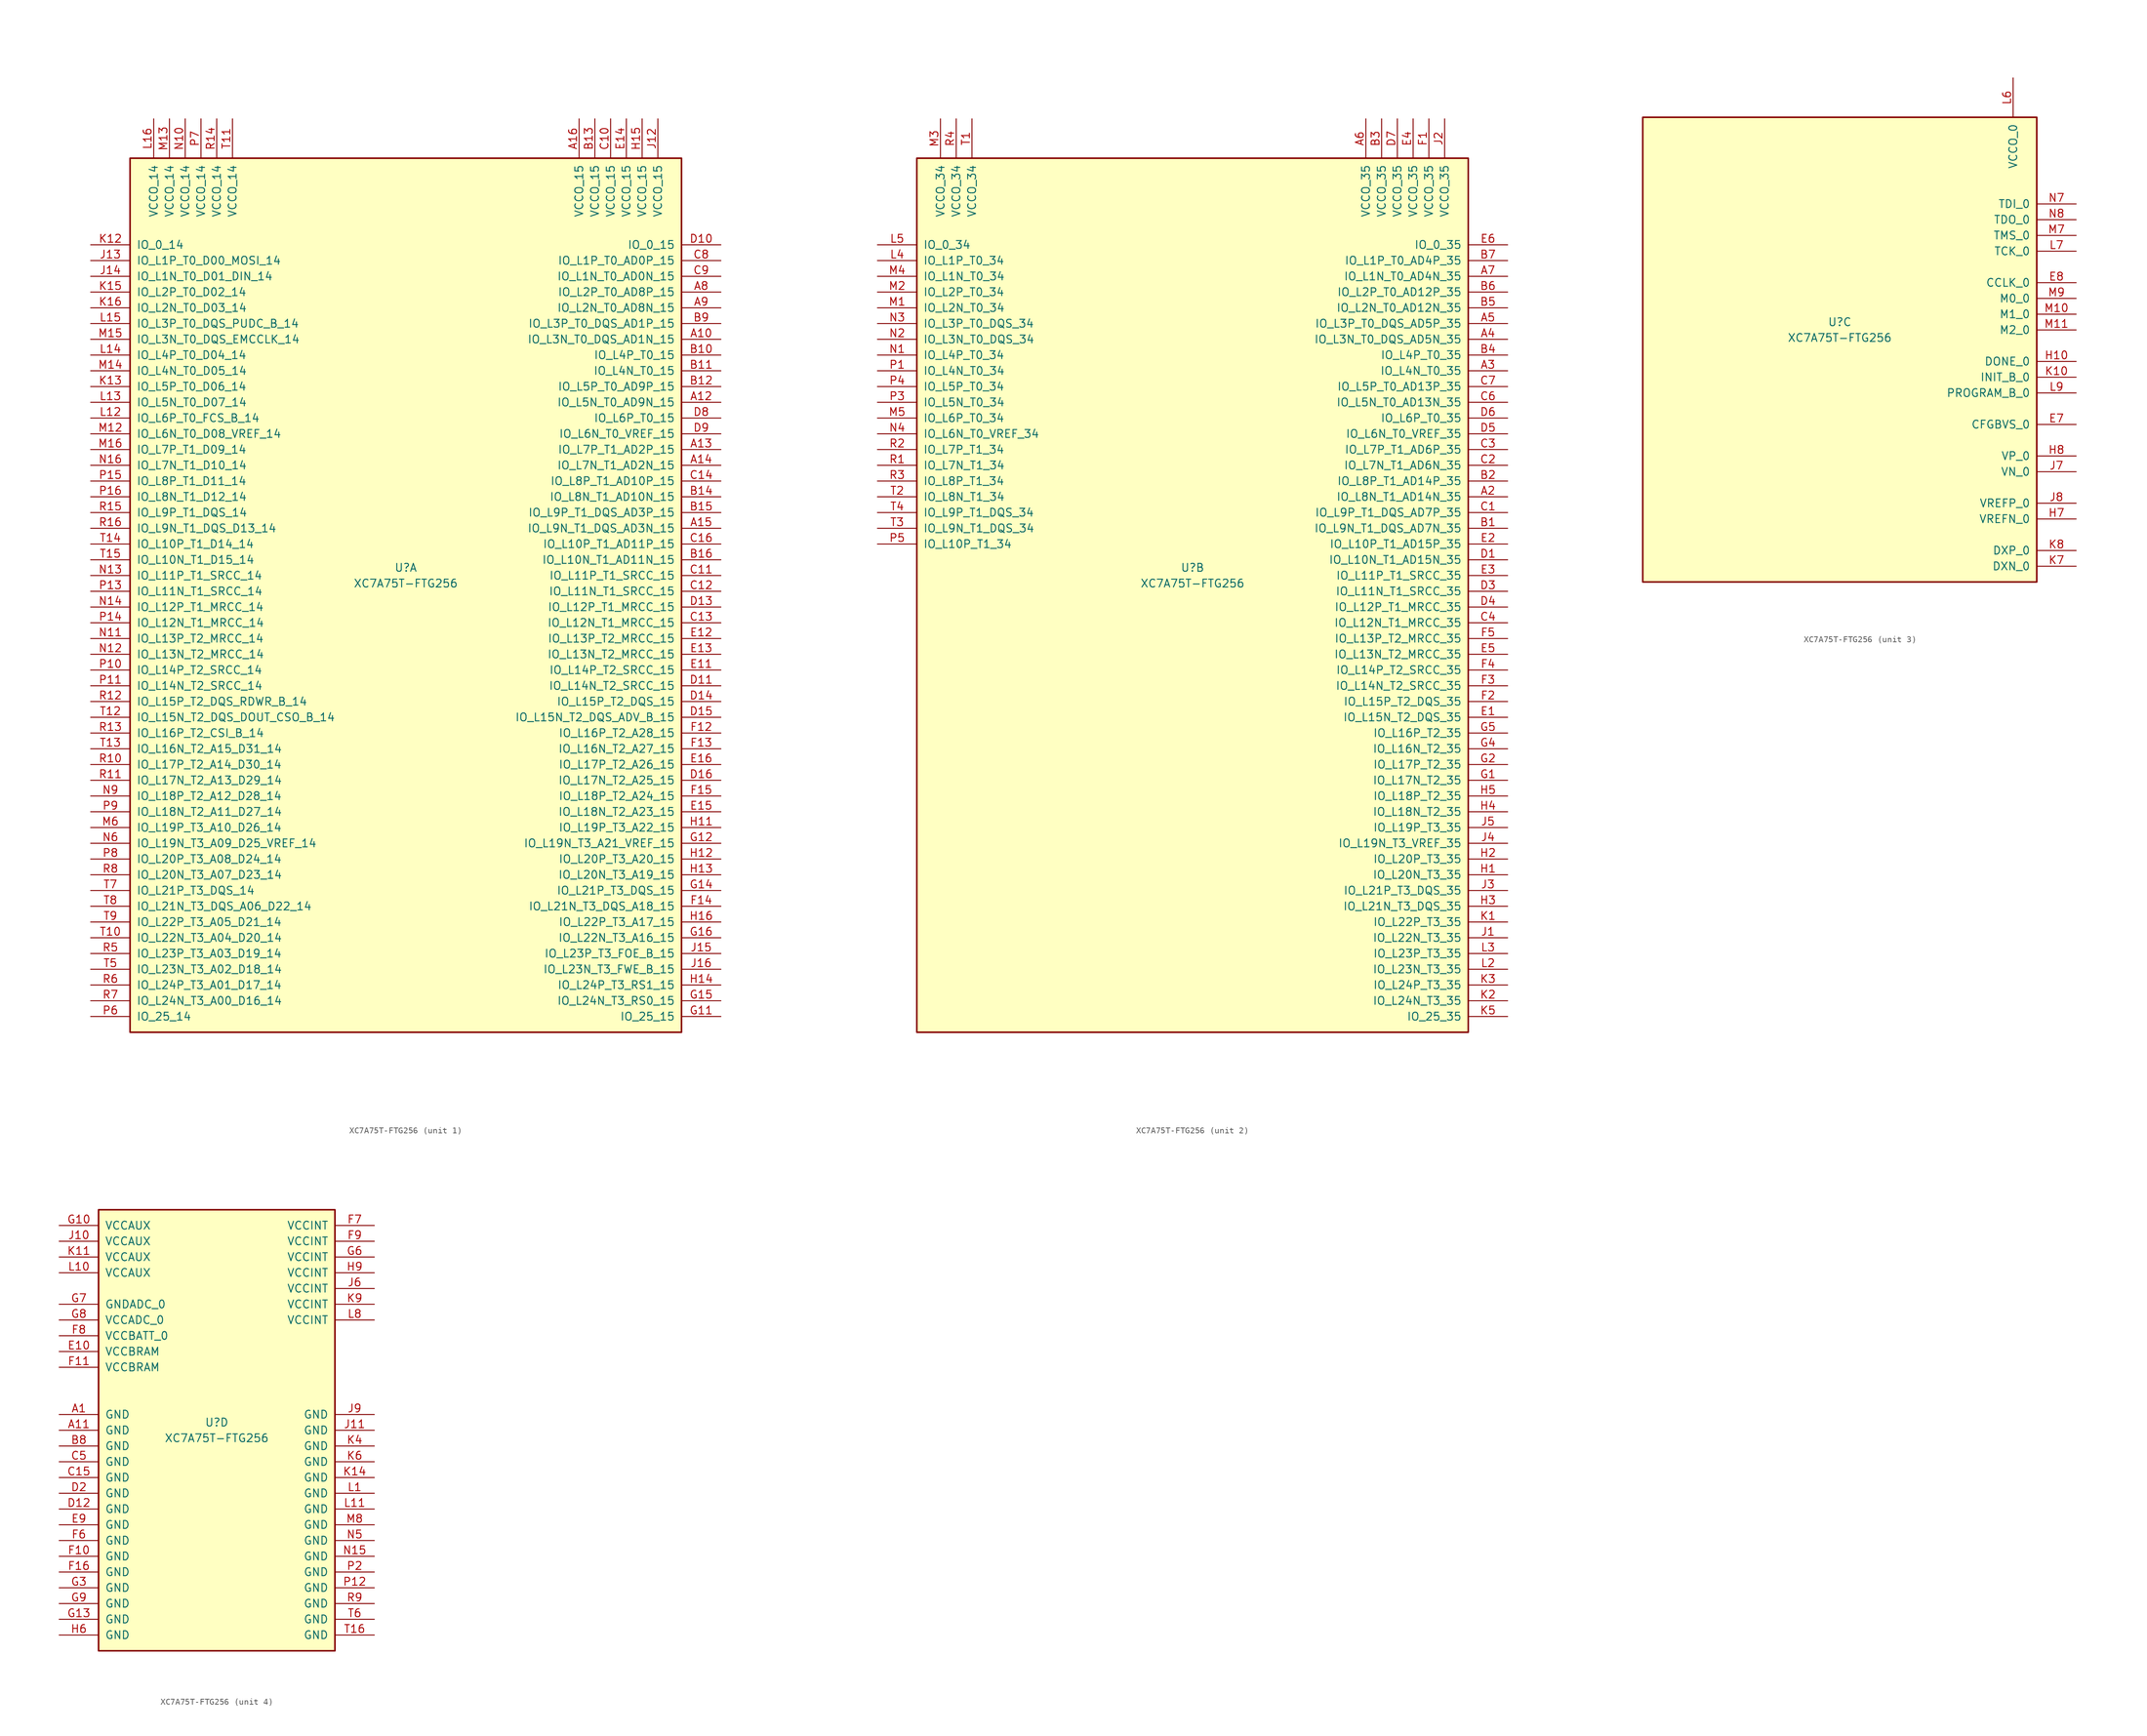
<source format=kicad_sym>
(kicad_symbol_lib
  (version 20231120)
  (generator "kicad_symbol_editor")
  (generator_version "8.0")
  (symbol "XC7A75T-FTG256"
    (pin_names
      (offset 1.016))
    (property "Reference" "U"
      (at 0 1.27 0)
      (effects (font (size 1.27 1.27))))
    (property "Value" "XC7A75T-FTG256"
      (at 0 -1.27 0)
      (effects (font (size 1.27 1.27))))
    (property "Datasheet" ""
      (at 0 0 0)
      (effects (font (size 1.27 1.27))))
    (property "ki_locked" ""
      (at 0 0 0)
      (effects (font (size 1.27 1.27))))
    (symbol "XC7A75T-FTG256_1_1"
      (rectangle (start -44.45 67.31) (end 44.45 -73.66) (stroke (width 0.254) (type default)) (fill (type background)))
      (pin bidirectional line (at 50.8 38.1 180) (length 6.35) (name "IO_L3N_T0_DQS_AD1N_15" (effects (font (size 1.27 1.27)))) (number "A10" (effects (font (size 1.27 1.27)))))
      (pin bidirectional line (at 50.8 27.94 180) (length 6.35) (name "IO_L5N_T0_AD9N_15" (effects (font (size 1.27 1.27)))) (number "A12" (effects (font (size 1.27 1.27)))))
      (pin bidirectional line (at 50.8 20.32 180) (length 6.35) (name "IO_L7P_T1_AD2P_15" (effects (font (size 1.27 1.27)))) (number "A13" (effects (font (size 1.27 1.27)))))
      (pin bidirectional line (at 50.8 17.78 180) (length 6.35) (name "IO_L7N_T1_AD2N_15" (effects (font (size 1.27 1.27)))) (number "A14" (effects (font (size 1.27 1.27)))))
      (pin bidirectional line (at 50.8 7.62 180) (length 6.35) (name "IO_L9N_T1_DQS_AD3N_15" (effects (font (size 1.27 1.27)))) (number "A15" (effects (font (size 1.27 1.27)))))
      (pin power_in line (at 27.94 73.66 270) (length 6.35) (name "VCCO_15" (effects (font (size 1.27 1.27)))) (number "A16" (effects (font (size 1.27 1.27)))))
      (pin bidirectional line (at 50.8 45.72 180) (length 6.35) (name "IO_L2P_T0_AD8P_15" (effects (font (size 1.27 1.27)))) (number "A8" (effects (font (size 1.27 1.27)))))
      (pin bidirectional line (at 50.8 43.18 180) (length 6.35) (name "IO_L2N_T0_AD8N_15" (effects (font (size 1.27 1.27)))) (number "A9" (effects (font (size 1.27 1.27)))))
      (pin bidirectional line (at 50.8 35.56 180) (length 6.35) (name "IO_L4P_T0_15" (effects (font (size 1.27 1.27)))) (number "B10" (effects (font (size 1.27 1.27)))))
      (pin bidirectional line (at 50.8 33.02 180) (length 6.35) (name "IO_L4N_T0_15" (effects (font (size 1.27 1.27)))) (number "B11" (effects (font (size 1.27 1.27)))))
      (pin bidirectional line (at 50.8 30.48 180) (length 6.35) (name "IO_L5P_T0_AD9P_15" (effects (font (size 1.27 1.27)))) (number "B12" (effects (font (size 1.27 1.27)))))
      (pin power_in line (at 30.48 73.66 270) (length 6.35) (name "VCCO_15" (effects (font (size 1.27 1.27)))) (number "B13" (effects (font (size 1.27 1.27)))))
      (pin bidirectional line (at 50.8 12.7 180) (length 6.35) (name "IO_L8N_T1_AD10N_15" (effects (font (size 1.27 1.27)))) (number "B14" (effects (font (size 1.27 1.27)))))
      (pin bidirectional line (at 50.8 10.16 180) (length 6.35) (name "IO_L9P_T1_DQS_AD3P_15" (effects (font (size 1.27 1.27)))) (number "B15" (effects (font (size 1.27 1.27)))))
      (pin bidirectional line (at 50.8 2.54 180) (length 6.35) (name "IO_L10N_T1_AD11N_15" (effects (font (size 1.27 1.27)))) (number "B16" (effects (font (size 1.27 1.27)))))
      (pin bidirectional line (at 50.8 40.64 180) (length 6.35) (name "IO_L3P_T0_DQS_AD1P_15" (effects (font (size 1.27 1.27)))) (number "B9" (effects (font (size 1.27 1.27)))))
      (pin power_in line (at 33.02 73.66 270) (length 6.35) (name "VCCO_15" (effects (font (size 1.27 1.27)))) (number "C10" (effects (font (size 1.27 1.27)))))
      (pin bidirectional line (at 50.8 0 180) (length 6.35) (name "IO_L11P_T1_SRCC_15" (effects (font (size 1.27 1.27)))) (number "C11" (effects (font (size 1.27 1.27)))))
      (pin bidirectional line (at 50.8 -2.54 180) (length 6.35) (name "IO_L11N_T1_SRCC_15" (effects (font (size 1.27 1.27)))) (number "C12" (effects (font (size 1.27 1.27)))))
      (pin bidirectional line (at 50.8 -7.62 180) (length 6.35) (name "IO_L12N_T1_MRCC_15" (effects (font (size 1.27 1.27)))) (number "C13" (effects (font (size 1.27 1.27)))))
      (pin bidirectional line (at 50.8 15.24 180) (length 6.35) (name "IO_L8P_T1_AD10P_15" (effects (font (size 1.27 1.27)))) (number "C14" (effects (font (size 1.27 1.27)))))
      (pin bidirectional line (at 50.8 5.08 180) (length 6.35) (name "IO_L10P_T1_AD11P_15" (effects (font (size 1.27 1.27)))) (number "C16" (effects (font (size 1.27 1.27)))))
      (pin bidirectional line (at 50.8 50.8 180) (length 6.35) (name "IO_L1P_T0_AD0P_15" (effects (font (size 1.27 1.27)))) (number "C8" (effects (font (size 1.27 1.27)))))
      (pin bidirectional line (at 50.8 48.26 180) (length 6.35) (name "IO_L1N_T0_AD0N_15" (effects (font (size 1.27 1.27)))) (number "C9" (effects (font (size 1.27 1.27)))))
      (pin bidirectional line (at 50.8 53.34 180) (length 6.35) (name "IO_0_15" (effects (font (size 1.27 1.27)))) (number "D10" (effects (font (size 1.27 1.27)))))
      (pin bidirectional line (at 50.8 -17.78 180) (length 6.35) (name "IO_L14N_T2_SRCC_15" (effects (font (size 1.27 1.27)))) (number "D11" (effects (font (size 1.27 1.27)))))
      (pin bidirectional line (at 50.8 -5.08 180) (length 6.35) (name "IO_L12P_T1_MRCC_15" (effects (font (size 1.27 1.27)))) (number "D13" (effects (font (size 1.27 1.27)))))
      (pin bidirectional line (at 50.8 -20.32 180) (length 6.35) (name "IO_L15P_T2_DQS_15" (effects (font (size 1.27 1.27)))) (number "D14" (effects (font (size 1.27 1.27)))))
      (pin bidirectional line (at 50.8 -22.86 180) (length 6.35) (name "IO_L15N_T2_DQS_ADV_B_15" (effects (font (size 1.27 1.27)))) (number "D15" (effects (font (size 1.27 1.27)))))
      (pin bidirectional line (at 50.8 -33.02 180) (length 6.35) (name "IO_L17N_T2_A25_15" (effects (font (size 1.27 1.27)))) (number "D16" (effects (font (size 1.27 1.27)))))
      (pin bidirectional line (at 50.8 25.4 180) (length 6.35) (name "IO_L6P_T0_15" (effects (font (size 1.27 1.27)))) (number "D8" (effects (font (size 1.27 1.27)))))
      (pin bidirectional line (at 50.8 22.86 180) (length 6.35) (name "IO_L6N_T0_VREF_15" (effects (font (size 1.27 1.27)))) (number "D9" (effects (font (size 1.27 1.27)))))
      (pin bidirectional line (at 50.8 -15.24 180) (length 6.35) (name "IO_L14P_T2_SRCC_15" (effects (font (size 1.27 1.27)))) (number "E11" (effects (font (size 1.27 1.27)))))
      (pin bidirectional line (at 50.8 -10.16 180) (length 6.35) (name "IO_L13P_T2_MRCC_15" (effects (font (size 1.27 1.27)))) (number "E12" (effects (font (size 1.27 1.27)))))
      (pin bidirectional line (at 50.8 -12.7 180) (length 6.35) (name "IO_L13N_T2_MRCC_15" (effects (font (size 1.27 1.27)))) (number "E13" (effects (font (size 1.27 1.27)))))
      (pin power_in line (at 35.56 73.66 270) (length 6.35) (name "VCCO_15" (effects (font (size 1.27 1.27)))) (number "E14" (effects (font (size 1.27 1.27)))))
      (pin bidirectional line (at 50.8 -38.1 180) (length 6.35) (name "IO_L18N_T2_A23_15" (effects (font (size 1.27 1.27)))) (number "E15" (effects (font (size 1.27 1.27)))))
      (pin bidirectional line (at 50.8 -30.48 180) (length 6.35) (name "IO_L17P_T2_A26_15" (effects (font (size 1.27 1.27)))) (number "E16" (effects (font (size 1.27 1.27)))))
      (pin bidirectional line (at 50.8 -25.4 180) (length 6.35) (name "IO_L16P_T2_A28_15" (effects (font (size 1.27 1.27)))) (number "F12" (effects (font (size 1.27 1.27)))))
      (pin bidirectional line (at 50.8 -27.94 180) (length 6.35) (name "IO_L16N_T2_A27_15" (effects (font (size 1.27 1.27)))) (number "F13" (effects (font (size 1.27 1.27)))))
      (pin bidirectional line (at 50.8 -53.34 180) (length 6.35) (name "IO_L21N_T3_DQS_A18_15" (effects (font (size 1.27 1.27)))) (number "F14" (effects (font (size 1.27 1.27)))))
      (pin bidirectional line (at 50.8 -35.56 180) (length 6.35) (name "IO_L18P_T2_A24_15" (effects (font (size 1.27 1.27)))) (number "F15" (effects (font (size 1.27 1.27)))))
      (pin bidirectional line (at 50.8 -71.12 180) (length 6.35) (name "IO_25_15" (effects (font (size 1.27 1.27)))) (number "G11" (effects (font (size 1.27 1.27)))))
      (pin bidirectional line (at 50.8 -43.18 180) (length 6.35) (name "IO_L19N_T3_A21_VREF_15" (effects (font (size 1.27 1.27)))) (number "G12" (effects (font (size 1.27 1.27)))))
      (pin bidirectional line (at 50.8 -50.8 180) (length 6.35) (name "IO_L21P_T3_DQS_15" (effects (font (size 1.27 1.27)))) (number "G14" (effects (font (size 1.27 1.27)))))
      (pin bidirectional line (at 50.8 -68.58 180) (length 6.35) (name "IO_L24N_T3_RS0_15" (effects (font (size 1.27 1.27)))) (number "G15" (effects (font (size 1.27 1.27)))))
      (pin bidirectional line (at 50.8 -58.42 180) (length 6.35) (name "IO_L22N_T3_A16_15" (effects (font (size 1.27 1.27)))) (number "G16" (effects (font (size 1.27 1.27)))))
      (pin bidirectional line (at 50.8 -40.64 180) (length 6.35) (name "IO_L19P_T3_A22_15" (effects (font (size 1.27 1.27)))) (number "H11" (effects (font (size 1.27 1.27)))))
      (pin bidirectional line (at 50.8 -45.72 180) (length 6.35) (name "IO_L20P_T3_A20_15" (effects (font (size 1.27 1.27)))) (number "H12" (effects (font (size 1.27 1.27)))))
      (pin bidirectional line (at 50.8 -48.26 180) (length 6.35) (name "IO_L20N_T3_A19_15" (effects (font (size 1.27 1.27)))) (number "H13" (effects (font (size 1.27 1.27)))))
      (pin bidirectional line (at 50.8 -66.04 180) (length 6.35) (name "IO_L24P_T3_RS1_15" (effects (font (size 1.27 1.27)))) (number "H14" (effects (font (size 1.27 1.27)))))
      (pin power_in line (at 38.1 73.66 270) (length 6.35) (name "VCCO_15" (effects (font (size 1.27 1.27)))) (number "H15" (effects (font (size 1.27 1.27)))))
      (pin bidirectional line (at 50.8 -55.88 180) (length 6.35) (name "IO_L22P_T3_A17_15" (effects (font (size 1.27 1.27)))) (number "H16" (effects (font (size 1.27 1.27)))))
      (pin power_in line (at 40.64 73.66 270) (length 6.35) (name "VCCO_15" (effects (font (size 1.27 1.27)))) (number "J12" (effects (font (size 1.27 1.27)))))
      (pin bidirectional line (at -50.8 50.8 0) (length 6.35) (name "IO_L1P_T0_D00_MOSI_14" (effects (font (size 1.27 1.27)))) (number "J13" (effects (font (size 1.27 1.27)))))
      (pin bidirectional line (at -50.8 48.26 0) (length 6.35) (name "IO_L1N_T0_D01_DIN_14" (effects (font (size 1.27 1.27)))) (number "J14" (effects (font (size 1.27 1.27)))))
      (pin bidirectional line (at 50.8 -60.96 180) (length 6.35) (name "IO_L23P_T3_FOE_B_15" (effects (font (size 1.27 1.27)))) (number "J15" (effects (font (size 1.27 1.27)))))
      (pin bidirectional line (at 50.8 -63.5 180) (length 6.35) (name "IO_L23N_T3_FWE_B_15" (effects (font (size 1.27 1.27)))) (number "J16" (effects (font (size 1.27 1.27)))))
      (pin bidirectional line (at -50.8 53.34 0) (length 6.35) (name "IO_0_14" (effects (font (size 1.27 1.27)))) (number "K12" (effects (font (size 1.27 1.27)))))
      (pin bidirectional line (at -50.8 30.48 0) (length 6.35) (name "IO_L5P_T0_D06_14" (effects (font (size 1.27 1.27)))) (number "K13" (effects (font (size 1.27 1.27)))))
      (pin bidirectional line (at -50.8 45.72 0) (length 6.35) (name "IO_L2P_T0_D02_14" (effects (font (size 1.27 1.27)))) (number "K15" (effects (font (size 1.27 1.27)))))
      (pin bidirectional line (at -50.8 43.18 0) (length 6.35) (name "IO_L2N_T0_D03_14" (effects (font (size 1.27 1.27)))) (number "K16" (effects (font (size 1.27 1.27)))))
      (pin bidirectional line (at -50.8 25.4 0) (length 6.35) (name "IO_L6P_T0_FCS_B_14" (effects (font (size 1.27 1.27)))) (number "L12" (effects (font (size 1.27 1.27)))))
      (pin bidirectional line (at -50.8 27.94 0) (length 6.35) (name "IO_L5N_T0_D07_14" (effects (font (size 1.27 1.27)))) (number "L13" (effects (font (size 1.27 1.27)))))
      (pin bidirectional line (at -50.8 35.56 0) (length 6.35) (name "IO_L4P_T0_D04_14" (effects (font (size 1.27 1.27)))) (number "L14" (effects (font (size 1.27 1.27)))))
      (pin bidirectional line (at -50.8 40.64 0) (length 6.35) (name "IO_L3P_T0_DQS_PUDC_B_14" (effects (font (size 1.27 1.27)))) (number "L15" (effects (font (size 1.27 1.27)))))
      (pin power_in line (at -40.64 73.66 270) (length 6.35) (name "VCCO_14" (effects (font (size 1.27 1.27)))) (number "L16" (effects (font (size 1.27 1.27)))))
      (pin bidirectional line (at -50.8 22.86 0) (length 6.35) (name "IO_L6N_T0_D08_VREF_14" (effects (font (size 1.27 1.27)))) (number "M12" (effects (font (size 1.27 1.27)))))
      (pin power_in line (at -38.1 73.66 270) (length 6.35) (name "VCCO_14" (effects (font (size 1.27 1.27)))) (number "M13" (effects (font (size 1.27 1.27)))))
      (pin bidirectional line (at -50.8 33.02 0) (length 6.35) (name "IO_L4N_T0_D05_14" (effects (font (size 1.27 1.27)))) (number "M14" (effects (font (size 1.27 1.27)))))
      (pin bidirectional line (at -50.8 38.1 0) (length 6.35) (name "IO_L3N_T0_DQS_EMCCLK_14" (effects (font (size 1.27 1.27)))) (number "M15" (effects (font (size 1.27 1.27)))))
      (pin bidirectional line (at -50.8 20.32 0) (length 6.35) (name "IO_L7P_T1_D09_14" (effects (font (size 1.27 1.27)))) (number "M16" (effects (font (size 1.27 1.27)))))
      (pin bidirectional line (at -50.8 -40.64 0) (length 6.35) (name "IO_L19P_T3_A10_D26_14" (effects (font (size 1.27 1.27)))) (number "M6" (effects (font (size 1.27 1.27)))))
      (pin power_in line (at -35.56 73.66 270) (length 6.35) (name "VCCO_14" (effects (font (size 1.27 1.27)))) (number "N10" (effects (font (size 1.27 1.27)))))
      (pin bidirectional line (at -50.8 -10.16 0) (length 6.35) (name "IO_L13P_T2_MRCC_14" (effects (font (size 1.27 1.27)))) (number "N11" (effects (font (size 1.27 1.27)))))
      (pin bidirectional line (at -50.8 -12.7 0) (length 6.35) (name "IO_L13N_T2_MRCC_14" (effects (font (size 1.27 1.27)))) (number "N12" (effects (font (size 1.27 1.27)))))
      (pin bidirectional line (at -50.8 0 0) (length 6.35) (name "IO_L11P_T1_SRCC_14" (effects (font (size 1.27 1.27)))) (number "N13" (effects (font (size 1.27 1.27)))))
      (pin bidirectional line (at -50.8 -5.08 0) (length 6.35) (name "IO_L12P_T1_MRCC_14" (effects (font (size 1.27 1.27)))) (number "N14" (effects (font (size 1.27 1.27)))))
      (pin bidirectional line (at -50.8 17.78 0) (length 6.35) (name "IO_L7N_T1_D10_14" (effects (font (size 1.27 1.27)))) (number "N16" (effects (font (size 1.27 1.27)))))
      (pin bidirectional line (at -50.8 -43.18 0) (length 6.35) (name "IO_L19N_T3_A09_D25_VREF_14" (effects (font (size 1.27 1.27)))) (number "N6" (effects (font (size 1.27 1.27)))))
      (pin bidirectional line (at -50.8 -35.56 0) (length 6.35) (name "IO_L18P_T2_A12_D28_14" (effects (font (size 1.27 1.27)))) (number "N9" (effects (font (size 1.27 1.27)))))
      (pin bidirectional line (at -50.8 -15.24 0) (length 6.35) (name "IO_L14P_T2_SRCC_14" (effects (font (size 1.27 1.27)))) (number "P10" (effects (font (size 1.27 1.27)))))
      (pin bidirectional line (at -50.8 -17.78 0) (length 6.35) (name "IO_L14N_T2_SRCC_14" (effects (font (size 1.27 1.27)))) (number "P11" (effects (font (size 1.27 1.27)))))
      (pin bidirectional line (at -50.8 -2.54 0) (length 6.35) (name "IO_L11N_T1_SRCC_14" (effects (font (size 1.27 1.27)))) (number "P13" (effects (font (size 1.27 1.27)))))
      (pin bidirectional line (at -50.8 -7.62 0) (length 6.35) (name "IO_L12N_T1_MRCC_14" (effects (font (size 1.27 1.27)))) (number "P14" (effects (font (size 1.27 1.27)))))
      (pin bidirectional line (at -50.8 15.24 0) (length 6.35) (name "IO_L8P_T1_D11_14" (effects (font (size 1.27 1.27)))) (number "P15" (effects (font (size 1.27 1.27)))))
      (pin bidirectional line (at -50.8 12.7 0) (length 6.35) (name "IO_L8N_T1_D12_14" (effects (font (size 1.27 1.27)))) (number "P16" (effects (font (size 1.27 1.27)))))
      (pin bidirectional line (at -50.8 -71.12 0) (length 6.35) (name "IO_25_14" (effects (font (size 1.27 1.27)))) (number "P6" (effects (font (size 1.27 1.27)))))
      (pin power_in line (at -33.02 73.66 270) (length 6.35) (name "VCCO_14" (effects (font (size 1.27 1.27)))) (number "P7" (effects (font (size 1.27 1.27)))))
      (pin bidirectional line (at -50.8 -45.72 0) (length 6.35) (name "IO_L20P_T3_A08_D24_14" (effects (font (size 1.27 1.27)))) (number "P8" (effects (font (size 1.27 1.27)))))
      (pin bidirectional line (at -50.8 -38.1 0) (length 6.35) (name "IO_L18N_T2_A11_D27_14" (effects (font (size 1.27 1.27)))) (number "P9" (effects (font (size 1.27 1.27)))))
      (pin bidirectional line (at -50.8 -30.48 0) (length 6.35) (name "IO_L17P_T2_A14_D30_14" (effects (font (size 1.27 1.27)))) (number "R10" (effects (font (size 1.27 1.27)))))
      (pin bidirectional line (at -50.8 -33.02 0) (length 6.35) (name "IO_L17N_T2_A13_D29_14" (effects (font (size 1.27 1.27)))) (number "R11" (effects (font (size 1.27 1.27)))))
      (pin bidirectional line (at -50.8 -20.32 0) (length 6.35) (name "IO_L15P_T2_DQS_RDWR_B_14" (effects (font (size 1.27 1.27)))) (number "R12" (effects (font (size 1.27 1.27)))))
      (pin bidirectional line (at -50.8 -25.4 0) (length 6.35) (name "IO_L16P_T2_CSI_B_14" (effects (font (size 1.27 1.27)))) (number "R13" (effects (font (size 1.27 1.27)))))
      (pin power_in line (at -30.48 73.66 270) (length 6.35) (name "VCCO_14" (effects (font (size 1.27 1.27)))) (number "R14" (effects (font (size 1.27 1.27)))))
      (pin bidirectional line (at -50.8 10.16 0) (length 6.35) (name "IO_L9P_T1_DQS_14" (effects (font (size 1.27 1.27)))) (number "R15" (effects (font (size 1.27 1.27)))))
      (pin bidirectional line (at -50.8 7.62 0) (length 6.35) (name "IO_L9N_T1_DQS_D13_14" (effects (font (size 1.27 1.27)))) (number "R16" (effects (font (size 1.27 1.27)))))
      (pin bidirectional line (at -50.8 -60.96 0) (length 6.35) (name "IO_L23P_T3_A03_D19_14" (effects (font (size 1.27 1.27)))) (number "R5" (effects (font (size 1.27 1.27)))))
      (pin bidirectional line (at -50.8 -66.04 0) (length 6.35) (name "IO_L24P_T3_A01_D17_14" (effects (font (size 1.27 1.27)))) (number "R6" (effects (font (size 1.27 1.27)))))
      (pin bidirectional line (at -50.8 -68.58 0) (length 6.35) (name "IO_L24N_T3_A00_D16_14" (effects (font (size 1.27 1.27)))) (number "R7" (effects (font (size 1.27 1.27)))))
      (pin bidirectional line (at -50.8 -48.26 0) (length 6.35) (name "IO_L20N_T3_A07_D23_14" (effects (font (size 1.27 1.27)))) (number "R8" (effects (font (size 1.27 1.27)))))
      (pin bidirectional line (at -50.8 -58.42 0) (length 6.35) (name "IO_L22N_T3_A04_D20_14" (effects (font (size 1.27 1.27)))) (number "T10" (effects (font (size 1.27 1.27)))))
      (pin power_in line (at -27.94 73.66 270) (length 6.35) (name "VCCO_14" (effects (font (size 1.27 1.27)))) (number "T11" (effects (font (size 1.27 1.27)))))
      (pin bidirectional line (at -50.8 -22.86 0) (length 6.35) (name "IO_L15N_T2_DQS_DOUT_CSO_B_14" (effects (font (size 1.27 1.27)))) (number "T12" (effects (font (size 1.27 1.27)))))
      (pin bidirectional line (at -50.8 -27.94 0) (length 6.35) (name "IO_L16N_T2_A15_D31_14" (effects (font (size 1.27 1.27)))) (number "T13" (effects (font (size 1.27 1.27)))))
      (pin bidirectional line (at -50.8 5.08 0) (length 6.35) (name "IO_L10P_T1_D14_14" (effects (font (size 1.27 1.27)))) (number "T14" (effects (font (size 1.27 1.27)))))
      (pin bidirectional line (at -50.8 2.54 0) (length 6.35) (name "IO_L10N_T1_D15_14" (effects (font (size 1.27 1.27)))) (number "T15" (effects (font (size 1.27 1.27)))))
      (pin bidirectional line (at -50.8 -63.5 0) (length 6.35) (name "IO_L23N_T3_A02_D18_14" (effects (font (size 1.27 1.27)))) (number "T5" (effects (font (size 1.27 1.27)))))
      (pin bidirectional line (at -50.8 -50.8 0) (length 6.35) (name "IO_L21P_T3_DQS_14" (effects (font (size 1.27 1.27)))) (number "T7" (effects (font (size 1.27 1.27)))))
      (pin bidirectional line (at -50.8 -53.34 0) (length 6.35) (name "IO_L21N_T3_DQS_A06_D22_14" (effects (font (size 1.27 1.27)))) (number "T8" (effects (font (size 1.27 1.27)))))
      (pin bidirectional line (at -50.8 -55.88 0) (length 6.35) (name "IO_L22P_T3_A05_D21_14" (effects (font (size 1.27 1.27)))) (number "T9" (effects (font (size 1.27 1.27))))))
    (symbol "XC7A75T-FTG256_2_1"
      (rectangle (start -44.45 67.31) (end 44.45 -73.66) (stroke (width 0.254) (type default)) (fill (type background)))
      (pin bidirectional line (at 50.8 12.7 180) (length 6.35) (name "IO_L8N_T1_AD14N_35" (effects (font (size 1.27 1.27)))) (number "A2" (effects (font (size 1.27 1.27)))))
      (pin bidirectional line (at 50.8 33.02 180) (length 6.35) (name "IO_L4N_T0_35" (effects (font (size 1.27 1.27)))) (number "A3" (effects (font (size 1.27 1.27)))))
      (pin bidirectional line (at 50.8 38.1 180) (length 6.35) (name "IO_L3N_T0_DQS_AD5N_35" (effects (font (size 1.27 1.27)))) (number "A4" (effects (font (size 1.27 1.27)))))
      (pin bidirectional line (at 50.8 40.64 180) (length 6.35) (name "IO_L3P_T0_DQS_AD5P_35" (effects (font (size 1.27 1.27)))) (number "A5" (effects (font (size 1.27 1.27)))))
      (pin power_in line (at 27.94 73.66 270) (length 6.35) (name "VCCO_35" (effects (font (size 1.27 1.27)))) (number "A6" (effects (font (size 1.27 1.27)))))
      (pin bidirectional line (at 50.8 48.26 180) (length 6.35) (name "IO_L1N_T0_AD4N_35" (effects (font (size 1.27 1.27)))) (number "A7" (effects (font (size 1.27 1.27)))))
      (pin bidirectional line (at 50.8 7.62 180) (length 6.35) (name "IO_L9N_T1_DQS_AD7N_35" (effects (font (size 1.27 1.27)))) (number "B1" (effects (font (size 1.27 1.27)))))
      (pin bidirectional line (at 50.8 15.24 180) (length 6.35) (name "IO_L8P_T1_AD14P_35" (effects (font (size 1.27 1.27)))) (number "B2" (effects (font (size 1.27 1.27)))))
      (pin power_in line (at 30.48 73.66 270) (length 6.35) (name "VCCO_35" (effects (font (size 1.27 1.27)))) (number "B3" (effects (font (size 1.27 1.27)))))
      (pin bidirectional line (at 50.8 35.56 180) (length 6.35) (name "IO_L4P_T0_35" (effects (font (size 1.27 1.27)))) (number "B4" (effects (font (size 1.27 1.27)))))
      (pin bidirectional line (at 50.8 43.18 180) (length 6.35) (name "IO_L2N_T0_AD12N_35" (effects (font (size 1.27 1.27)))) (number "B5" (effects (font (size 1.27 1.27)))))
      (pin bidirectional line (at 50.8 45.72 180) (length 6.35) (name "IO_L2P_T0_AD12P_35" (effects (font (size 1.27 1.27)))) (number "B6" (effects (font (size 1.27 1.27)))))
      (pin bidirectional line (at 50.8 50.8 180) (length 6.35) (name "IO_L1P_T0_AD4P_35" (effects (font (size 1.27 1.27)))) (number "B7" (effects (font (size 1.27 1.27)))))
      (pin bidirectional line (at 50.8 10.16 180) (length 6.35) (name "IO_L9P_T1_DQS_AD7P_35" (effects (font (size 1.27 1.27)))) (number "C1" (effects (font (size 1.27 1.27)))))
      (pin bidirectional line (at 50.8 17.78 180) (length 6.35) (name "IO_L7N_T1_AD6N_35" (effects (font (size 1.27 1.27)))) (number "C2" (effects (font (size 1.27 1.27)))))
      (pin bidirectional line (at 50.8 20.32 180) (length 6.35) (name "IO_L7P_T1_AD6P_35" (effects (font (size 1.27 1.27)))) (number "C3" (effects (font (size 1.27 1.27)))))
      (pin bidirectional line (at 50.8 -7.62 180) (length 6.35) (name "IO_L12N_T1_MRCC_35" (effects (font (size 1.27 1.27)))) (number "C4" (effects (font (size 1.27 1.27)))))
      (pin bidirectional line (at 50.8 27.94 180) (length 6.35) (name "IO_L5N_T0_AD13N_35" (effects (font (size 1.27 1.27)))) (number "C6" (effects (font (size 1.27 1.27)))))
      (pin bidirectional line (at 50.8 30.48 180) (length 6.35) (name "IO_L5P_T0_AD13P_35" (effects (font (size 1.27 1.27)))) (number "C7" (effects (font (size 1.27 1.27)))))
      (pin bidirectional line (at 50.8 2.54 180) (length 6.35) (name "IO_L10N_T1_AD15N_35" (effects (font (size 1.27 1.27)))) (number "D1" (effects (font (size 1.27 1.27)))))
      (pin bidirectional line (at 50.8 -2.54 180) (length 6.35) (name "IO_L11N_T1_SRCC_35" (effects (font (size 1.27 1.27)))) (number "D3" (effects (font (size 1.27 1.27)))))
      (pin bidirectional line (at 50.8 -5.08 180) (length 6.35) (name "IO_L12P_T1_MRCC_35" (effects (font (size 1.27 1.27)))) (number "D4" (effects (font (size 1.27 1.27)))))
      (pin bidirectional line (at 50.8 22.86 180) (length 6.35) (name "IO_L6N_T0_VREF_35" (effects (font (size 1.27 1.27)))) (number "D5" (effects (font (size 1.27 1.27)))))
      (pin bidirectional line (at 50.8 25.4 180) (length 6.35) (name "IO_L6P_T0_35" (effects (font (size 1.27 1.27)))) (number "D6" (effects (font (size 1.27 1.27)))))
      (pin power_in line (at 33.02 73.66 270) (length 6.35) (name "VCCO_35" (effects (font (size 1.27 1.27)))) (number "D7" (effects (font (size 1.27 1.27)))))
      (pin bidirectional line (at 50.8 -22.86 180) (length 6.35) (name "IO_L15N_T2_DQS_35" (effects (font (size 1.27 1.27)))) (number "E1" (effects (font (size 1.27 1.27)))))
      (pin bidirectional line (at 50.8 5.08 180) (length 6.35) (name "IO_L10P_T1_AD15P_35" (effects (font (size 1.27 1.27)))) (number "E2" (effects (font (size 1.27 1.27)))))
      (pin bidirectional line (at 50.8 0 180) (length 6.35) (name "IO_L11P_T1_SRCC_35" (effects (font (size 1.27 1.27)))) (number "E3" (effects (font (size 1.27 1.27)))))
      (pin power_in line (at 35.56 73.66 270) (length 6.35) (name "VCCO_35" (effects (font (size 1.27 1.27)))) (number "E4" (effects (font (size 1.27 1.27)))))
      (pin bidirectional line (at 50.8 -12.7 180) (length 6.35) (name "IO_L13N_T2_MRCC_35" (effects (font (size 1.27 1.27)))) (number "E5" (effects (font (size 1.27 1.27)))))
      (pin bidirectional line (at 50.8 53.34 180) (length 6.35) (name "IO_0_35" (effects (font (size 1.27 1.27)))) (number "E6" (effects (font (size 1.27 1.27)))))
      (pin power_in line (at 38.1 73.66 270) (length 6.35) (name "VCCO_35" (effects (font (size 1.27 1.27)))) (number "F1" (effects (font (size 1.27 1.27)))))
      (pin bidirectional line (at 50.8 -20.32 180) (length 6.35) (name "IO_L15P_T2_DQS_35" (effects (font (size 1.27 1.27)))) (number "F2" (effects (font (size 1.27 1.27)))))
      (pin bidirectional line (at 50.8 -17.78 180) (length 6.35) (name "IO_L14N_T2_SRCC_35" (effects (font (size 1.27 1.27)))) (number "F3" (effects (font (size 1.27 1.27)))))
      (pin bidirectional line (at 50.8 -15.24 180) (length 6.35) (name "IO_L14P_T2_SRCC_35" (effects (font (size 1.27 1.27)))) (number "F4" (effects (font (size 1.27 1.27)))))
      (pin bidirectional line (at 50.8 -10.16 180) (length 6.35) (name "IO_L13P_T2_MRCC_35" (effects (font (size 1.27 1.27)))) (number "F5" (effects (font (size 1.27 1.27)))))
      (pin bidirectional line (at 50.8 -33.02 180) (length 6.35) (name "IO_L17N_T2_35" (effects (font (size 1.27 1.27)))) (number "G1" (effects (font (size 1.27 1.27)))))
      (pin bidirectional line (at 50.8 -30.48 180) (length 6.35) (name "IO_L17P_T2_35" (effects (font (size 1.27 1.27)))) (number "G2" (effects (font (size 1.27 1.27)))))
      (pin bidirectional line (at 50.8 -27.94 180) (length 6.35) (name "IO_L16N_T2_35" (effects (font (size 1.27 1.27)))) (number "G4" (effects (font (size 1.27 1.27)))))
      (pin bidirectional line (at 50.8 -25.4 180) (length 6.35) (name "IO_L16P_T2_35" (effects (font (size 1.27 1.27)))) (number "G5" (effects (font (size 1.27 1.27)))))
      (pin bidirectional line (at 50.8 -48.26 180) (length 6.35) (name "IO_L20N_T3_35" (effects (font (size 1.27 1.27)))) (number "H1" (effects (font (size 1.27 1.27)))))
      (pin bidirectional line (at 50.8 -45.72 180) (length 6.35) (name "IO_L20P_T3_35" (effects (font (size 1.27 1.27)))) (number "H2" (effects (font (size 1.27 1.27)))))
      (pin bidirectional line (at 50.8 -53.34 180) (length 6.35) (name "IO_L21N_T3_DQS_35" (effects (font (size 1.27 1.27)))) (number "H3" (effects (font (size 1.27 1.27)))))
      (pin bidirectional line (at 50.8 -38.1 180) (length 6.35) (name "IO_L18N_T2_35" (effects (font (size 1.27 1.27)))) (number "H4" (effects (font (size 1.27 1.27)))))
      (pin bidirectional line (at 50.8 -35.56 180) (length 6.35) (name "IO_L18P_T2_35" (effects (font (size 1.27 1.27)))) (number "H5" (effects (font (size 1.27 1.27)))))
      (pin bidirectional line (at 50.8 -58.42 180) (length 6.35) (name "IO_L22N_T3_35" (effects (font (size 1.27 1.27)))) (number "J1" (effects (font (size 1.27 1.27)))))
      (pin power_in line (at 40.64 73.66 270) (length 6.35) (name "VCCO_35" (effects (font (size 1.27 1.27)))) (number "J2" (effects (font (size 1.27 1.27)))))
      (pin bidirectional line (at 50.8 -50.8 180) (length 6.35) (name "IO_L21P_T3_DQS_35" (effects (font (size 1.27 1.27)))) (number "J3" (effects (font (size 1.27 1.27)))))
      (pin bidirectional line (at 50.8 -43.18 180) (length 6.35) (name "IO_L19N_T3_VREF_35" (effects (font (size 1.27 1.27)))) (number "J4" (effects (font (size 1.27 1.27)))))
      (pin bidirectional line (at 50.8 -40.64 180) (length 6.35) (name "IO_L19P_T3_35" (effects (font (size 1.27 1.27)))) (number "J5" (effects (font (size 1.27 1.27)))))
      (pin bidirectional line (at 50.8 -55.88 180) (length 6.35) (name "IO_L22P_T3_35" (effects (font (size 1.27 1.27)))) (number "K1" (effects (font (size 1.27 1.27)))))
      (pin bidirectional line (at 50.8 -68.58 180) (length 6.35) (name "IO_L24N_T3_35" (effects (font (size 1.27 1.27)))) (number "K2" (effects (font (size 1.27 1.27)))))
      (pin bidirectional line (at 50.8 -66.04 180) (length 6.35) (name "IO_L24P_T3_35" (effects (font (size 1.27 1.27)))) (number "K3" (effects (font (size 1.27 1.27)))))
      (pin bidirectional line (at 50.8 -71.12 180) (length 6.35) (name "IO_25_35" (effects (font (size 1.27 1.27)))) (number "K5" (effects (font (size 1.27 1.27)))))
      (pin bidirectional line (at 50.8 -63.5 180) (length 6.35) (name "IO_L23N_T3_35" (effects (font (size 1.27 1.27)))) (number "L2" (effects (font (size 1.27 1.27)))))
      (pin bidirectional line (at 50.8 -60.96 180) (length 6.35) (name "IO_L23P_T3_35" (effects (font (size 1.27 1.27)))) (number "L3" (effects (font (size 1.27 1.27)))))
      (pin bidirectional line (at -50.8 50.8 0) (length 6.35) (name "IO_L1P_T0_34" (effects (font (size 1.27 1.27)))) (number "L4" (effects (font (size 1.27 1.27)))))
      (pin bidirectional line (at -50.8 53.34 0) (length 6.35) (name "IO_0_34" (effects (font (size 1.27 1.27)))) (number "L5" (effects (font (size 1.27 1.27)))))
      (pin bidirectional line (at -50.8 43.18 0) (length 6.35) (name "IO_L2N_T0_34" (effects (font (size 1.27 1.27)))) (number "M1" (effects (font (size 1.27 1.27)))))
      (pin bidirectional line (at -50.8 45.72 0) (length 6.35) (name "IO_L2P_T0_34" (effects (font (size 1.27 1.27)))) (number "M2" (effects (font (size 1.27 1.27)))))
      (pin power_in line (at -40.64 73.66 270) (length 6.35) (name "VCCO_34" (effects (font (size 1.27 1.27)))) (number "M3" (effects (font (size 1.27 1.27)))))
      (pin bidirectional line (at -50.8 48.26 0) (length 6.35) (name "IO_L1N_T0_34" (effects (font (size 1.27 1.27)))) (number "M4" (effects (font (size 1.27 1.27)))))
      (pin bidirectional line (at -50.8 25.4 0) (length 6.35) (name "IO_L6P_T0_34" (effects (font (size 1.27 1.27)))) (number "M5" (effects (font (size 1.27 1.27)))))
      (pin bidirectional line (at -50.8 35.56 0) (length 6.35) (name "IO_L4P_T0_34" (effects (font (size 1.27 1.27)))) (number "N1" (effects (font (size 1.27 1.27)))))
      (pin bidirectional line (at -50.8 38.1 0) (length 6.35) (name "IO_L3N_T0_DQS_34" (effects (font (size 1.27 1.27)))) (number "N2" (effects (font (size 1.27 1.27)))))
      (pin bidirectional line (at -50.8 40.64 0) (length 6.35) (name "IO_L3P_T0_DQS_34" (effects (font (size 1.27 1.27)))) (number "N3" (effects (font (size 1.27 1.27)))))
      (pin bidirectional line (at -50.8 22.86 0) (length 6.35) (name "IO_L6N_T0_VREF_34" (effects (font (size 1.27 1.27)))) (number "N4" (effects (font (size 1.27 1.27)))))
      (pin bidirectional line (at -50.8 33.02 0) (length 6.35) (name "IO_L4N_T0_34" (effects (font (size 1.27 1.27)))) (number "P1" (effects (font (size 1.27 1.27)))))
      (pin bidirectional line (at -50.8 27.94 0) (length 6.35) (name "IO_L5N_T0_34" (effects (font (size 1.27 1.27)))) (number "P3" (effects (font (size 1.27 1.27)))))
      (pin bidirectional line (at -50.8 30.48 0) (length 6.35) (name "IO_L5P_T0_34" (effects (font (size 1.27 1.27)))) (number "P4" (effects (font (size 1.27 1.27)))))
      (pin bidirectional line (at -50.8 5.08 0) (length 6.35) (name "IO_L10P_T1_34" (effects (font (size 1.27 1.27)))) (number "P5" (effects (font (size 1.27 1.27)))))
      (pin bidirectional line (at -50.8 17.78 0) (length 6.35) (name "IO_L7N_T1_34" (effects (font (size 1.27 1.27)))) (number "R1" (effects (font (size 1.27 1.27)))))
      (pin bidirectional line (at -50.8 20.32 0) (length 6.35) (name "IO_L7P_T1_34" (effects (font (size 1.27 1.27)))) (number "R2" (effects (font (size 1.27 1.27)))))
      (pin bidirectional line (at -50.8 15.24 0) (length 6.35) (name "IO_L8P_T1_34" (effects (font (size 1.27 1.27)))) (number "R3" (effects (font (size 1.27 1.27)))))
      (pin power_in line (at -38.1 73.66 270) (length 6.35) (name "VCCO_34" (effects (font (size 1.27 1.27)))) (number "R4" (effects (font (size 1.27 1.27)))))
      (pin power_in line (at -35.56 73.66 270) (length 6.35) (name "VCCO_34" (effects (font (size 1.27 1.27)))) (number "T1" (effects (font (size 1.27 1.27)))))
      (pin bidirectional line (at -50.8 12.7 0) (length 6.35) (name "IO_L8N_T1_34" (effects (font (size 1.27 1.27)))) (number "T2" (effects (font (size 1.27 1.27)))))
      (pin bidirectional line (at -50.8 7.62 0) (length 6.35) (name "IO_L9N_T1_DQS_34" (effects (font (size 1.27 1.27)))) (number "T3" (effects (font (size 1.27 1.27)))))
      (pin bidirectional line (at -50.8 10.16 0) (length 6.35) (name "IO_L9P_T1_DQS_34" (effects (font (size 1.27 1.27)))) (number "T4" (effects (font (size 1.27 1.27))))))
    (symbol "XC7A75T-FTG256_3_1"
      (rectangle (start -31.75 34.29) (end 31.75 -40.64) (stroke (width 0.254) (type default)) (fill (type background)))
      (pin bidirectional line (at 38.1 -15.24 180) (length 6.35) (name "CFGBVS_0" (effects (font (size 1.27 1.27)))) (number "E7" (effects (font (size 1.27 1.27)))))
      (pin bidirectional line (at 38.1 7.62 180) (length 6.35) (name "CCLK_0" (effects (font (size 1.27 1.27)))) (number "E8" (effects (font (size 1.27 1.27)))))
      (pin bidirectional line (at 38.1 -5.08 180) (length 6.35) (name "DONE_0" (effects (font (size 1.27 1.27)))) (number "H10" (effects (font (size 1.27 1.27)))))
      (pin bidirectional line (at 38.1 -30.48 180) (length 6.35) (name "VREFN_0" (effects (font (size 1.27 1.27)))) (number "H7" (effects (font (size 1.27 1.27)))))
      (pin bidirectional line (at 38.1 -20.32 180) (length 6.35) (name "VP_0" (effects (font (size 1.27 1.27)))) (number "H8" (effects (font (size 1.27 1.27)))))
      (pin bidirectional line (at 38.1 -22.86 180) (length 6.35) (name "VN_0" (effects (font (size 1.27 1.27)))) (number "J7" (effects (font (size 1.27 1.27)))))
      (pin bidirectional line (at 38.1 -27.94 180) (length 6.35) (name "VREFP_0" (effects (font (size 1.27 1.27)))) (number "J8" (effects (font (size 1.27 1.27)))))
      (pin bidirectional line (at 38.1 -7.62 180) (length 6.35) (name "INIT_B_0" (effects (font (size 1.27 1.27)))) (number "K10" (effects (font (size 1.27 1.27)))))
      (pin bidirectional line (at 38.1 -38.1 180) (length 6.35) (name "DXN_0" (effects (font (size 1.27 1.27)))) (number "K7" (effects (font (size 1.27 1.27)))))
      (pin bidirectional line (at 38.1 -35.56 180) (length 6.35) (name "DXP_0" (effects (font (size 1.27 1.27)))) (number "K8" (effects (font (size 1.27 1.27)))))
      (pin power_in line (at 27.94 40.64 270) (length 6.35) (name "VCCO_0" (effects (font (size 1.27 1.27)))) (number "L6" (effects (font (size 1.27 1.27)))))
      (pin bidirectional line (at 38.1 12.7 180) (length 6.35) (name "TCK_0" (effects (font (size 1.27 1.27)))) (number "L7" (effects (font (size 1.27 1.27)))))
      (pin bidirectional line (at 38.1 -10.16 180) (length 6.35) (name "PROGRAM_B_0" (effects (font (size 1.27 1.27)))) (number "L9" (effects (font (size 1.27 1.27)))))
      (pin bidirectional line (at 38.1 2.54 180) (length 6.35) (name "M1_0" (effects (font (size 1.27 1.27)))) (number "M10" (effects (font (size 1.27 1.27)))))
      (pin bidirectional line (at 38.1 0 180) (length 6.35) (name "M2_0" (effects (font (size 1.27 1.27)))) (number "M11" (effects (font (size 1.27 1.27)))))
      (pin bidirectional line (at 38.1 15.24 180) (length 6.35) (name "TMS_0" (effects (font (size 1.27 1.27)))) (number "M7" (effects (font (size 1.27 1.27)))))
      (pin bidirectional line (at 38.1 5.08 180) (length 6.35) (name "M0_0" (effects (font (size 1.27 1.27)))) (number "M9" (effects (font (size 1.27 1.27)))))
      (pin bidirectional line (at 38.1 20.32 180) (length 6.35) (name "TDI_0" (effects (font (size 1.27 1.27)))) (number "N7" (effects (font (size 1.27 1.27)))))
      (pin bidirectional line (at 38.1 17.78 180) (length 6.35) (name "TDO_0" (effects (font (size 1.27 1.27)))) (number "N8" (effects (font (size 1.27 1.27))))))
    (symbol "XC7A75T-FTG256_4_1"
      (rectangle (start -19.05 35.56) (end 19.05 -35.56) (stroke (width 0.254) (type default)) (fill (type background)))
      (pin power_in line (at -25.4 2.54 0) (length 6.35) (name "GND" (effects (font (size 1.27 1.27)))) (number "A1" (effects (font (size 1.27 1.27)))))
      (pin power_in line (at -25.4 0 0) (length 6.35) (name "GND" (effects (font (size 1.27 1.27)))) (number "A11" (effects (font (size 1.27 1.27)))))
      (pin power_in line (at -25.4 -2.54 0) (length 6.35) (name "GND" (effects (font (size 1.27 1.27)))) (number "B8" (effects (font (size 1.27 1.27)))))
      (pin power_in line (at -25.4 -7.62 0) (length 6.35) (name "GND" (effects (font (size 1.27 1.27)))) (number "C15" (effects (font (size 1.27 1.27)))))
      (pin power_in line (at -25.4 -5.08 0) (length 6.35) (name "GND" (effects (font (size 1.27 1.27)))) (number "C5" (effects (font (size 1.27 1.27)))))
      (pin power_in line (at -25.4 -12.7 0) (length 6.35) (name "GND" (effects (font (size 1.27 1.27)))) (number "D12" (effects (font (size 1.27 1.27)))))
      (pin power_in line (at -25.4 -10.16 0) (length 6.35) (name "GND" (effects (font (size 1.27 1.27)))) (number "D2" (effects (font (size 1.27 1.27)))))
      (pin power_in line (at -25.4 12.7 0) (length 6.35) (name "VCCBRAM" (effects (font (size 1.27 1.27)))) (number "E10" (effects (font (size 1.27 1.27)))))
      (pin power_in line (at -25.4 -15.24 0) (length 6.35) (name "GND" (effects (font (size 1.27 1.27)))) (number "E9" (effects (font (size 1.27 1.27)))))
      (pin power_in line (at -25.4 -20.32 0) (length 6.35) (name "GND" (effects (font (size 1.27 1.27)))) (number "F10" (effects (font (size 1.27 1.27)))))
      (pin power_in line (at -25.4 10.16 0) (length 6.35) (name "VCCBRAM" (effects (font (size 1.27 1.27)))) (number "F11" (effects (font (size 1.27 1.27)))))
      (pin power_in line (at -25.4 -22.86 0) (length 6.35) (name "GND" (effects (font (size 1.27 1.27)))) (number "F16" (effects (font (size 1.27 1.27)))))
      (pin power_in line (at -25.4 -17.78 0) (length 6.35) (name "GND" (effects (font (size 1.27 1.27)))) (number "F6" (effects (font (size 1.27 1.27)))))
      (pin power_in line (at 25.4 33.02 180) (length 6.35) (name "VCCINT" (effects (font (size 1.27 1.27)))) (number "F7" (effects (font (size 1.27 1.27)))))
      (pin power_in line (at -25.4 15.24 0) (length 6.35) (name "VCCBATT_0" (effects (font (size 1.27 1.27)))) (number "F8" (effects (font (size 1.27 1.27)))))
      (pin power_in line (at 25.4 30.48 180) (length 6.35) (name "VCCINT" (effects (font (size 1.27 1.27)))) (number "F9" (effects (font (size 1.27 1.27)))))
      (pin power_in line (at -25.4 33.02 0) (length 6.35) (name "VCCAUX" (effects (font (size 1.27 1.27)))) (number "G10" (effects (font (size 1.27 1.27)))))
      (pin power_in line (at -25.4 -30.48 0) (length 6.35) (name "GND" (effects (font (size 1.27 1.27)))) (number "G13" (effects (font (size 1.27 1.27)))))
      (pin power_in line (at -25.4 -25.4 0) (length 6.35) (name "GND" (effects (font (size 1.27 1.27)))) (number "G3" (effects (font (size 1.27 1.27)))))
      (pin power_in line (at 25.4 27.94 180) (length 6.35) (name "VCCINT" (effects (font (size 1.27 1.27)))) (number "G6" (effects (font (size 1.27 1.27)))))
      (pin power_in line (at -25.4 20.32 0) (length 6.35) (name "GNDADC_0" (effects (font (size 1.27 1.27)))) (number "G7" (effects (font (size 1.27 1.27)))))
      (pin power_in line (at -25.4 17.78 0) (length 6.35) (name "VCCADC_0" (effects (font (size 1.27 1.27)))) (number "G8" (effects (font (size 1.27 1.27)))))
      (pin power_in line (at -25.4 -27.94 0) (length 6.35) (name "GND" (effects (font (size 1.27 1.27)))) (number "G9" (effects (font (size 1.27 1.27)))))
      (pin power_in line (at -25.4 -33.02 0) (length 6.35) (name "GND" (effects (font (size 1.27 1.27)))) (number "H6" (effects (font (size 1.27 1.27)))))
      (pin power_in line (at 25.4 25.4 180) (length 6.35) (name "VCCINT" (effects (font (size 1.27 1.27)))) (number "H9" (effects (font (size 1.27 1.27)))))
      (pin power_in line (at -25.4 30.48 0) (length 6.35) (name "VCCAUX" (effects (font (size 1.27 1.27)))) (number "J10" (effects (font (size 1.27 1.27)))))
      (pin power_in line (at 25.4 0 180) (length 6.35) (name "GND" (effects (font (size 1.27 1.27)))) (number "J11" (effects (font (size 1.27 1.27)))))
      (pin power_in line (at 25.4 22.86 180) (length 6.35) (name "VCCINT" (effects (font (size 1.27 1.27)))) (number "J6" (effects (font (size 1.27 1.27)))))
      (pin power_in line (at 25.4 2.54 180) (length 6.35) (name "GND" (effects (font (size 1.27 1.27)))) (number "J9" (effects (font (size 1.27 1.27)))))
      (pin power_in line (at -25.4 27.94 0) (length 6.35) (name "VCCAUX" (effects (font (size 1.27 1.27)))) (number "K11" (effects (font (size 1.27 1.27)))))
      (pin power_in line (at 25.4 -7.62 180) (length 6.35) (name "GND" (effects (font (size 1.27 1.27)))) (number "K14" (effects (font (size 1.27 1.27)))))
      (pin power_in line (at 25.4 -2.54 180) (length 6.35) (name "GND" (effects (font (size 1.27 1.27)))) (number "K4" (effects (font (size 1.27 1.27)))))
      (pin power_in line (at 25.4 -5.08 180) (length 6.35) (name "GND" (effects (font (size 1.27 1.27)))) (number "K6" (effects (font (size 1.27 1.27)))))
      (pin power_in line (at 25.4 20.32 180) (length 6.35) (name "VCCINT" (effects (font (size 1.27 1.27)))) (number "K9" (effects (font (size 1.27 1.27)))))
      (pin power_in line (at 25.4 -10.16 180) (length 6.35) (name "GND" (effects (font (size 1.27 1.27)))) (number "L1" (effects (font (size 1.27 1.27)))))
      (pin power_in line (at -25.4 25.4 0) (length 6.35) (name "VCCAUX" (effects (font (size 1.27 1.27)))) (number "L10" (effects (font (size 1.27 1.27)))))
      (pin power_in line (at 25.4 -12.7 180) (length 6.35) (name "GND" (effects (font (size 1.27 1.27)))) (number "L11" (effects (font (size 1.27 1.27)))))
      (pin power_in line (at 25.4 17.78 180) (length 6.35) (name "VCCINT" (effects (font (size 1.27 1.27)))) (number "L8" (effects (font (size 1.27 1.27)))))
      (pin power_in line (at 25.4 -15.24 180) (length 6.35) (name "GND" (effects (font (size 1.27 1.27)))) (number "M8" (effects (font (size 1.27 1.27)))))
      (pin power_in line (at 25.4 -20.32 180) (length 6.35) (name "GND" (effects (font (size 1.27 1.27)))) (number "N15" (effects (font (size 1.27 1.27)))))
      (pin power_in line (at 25.4 -17.78 180) (length 6.35) (name "GND" (effects (font (size 1.27 1.27)))) (number "N5" (effects (font (size 1.27 1.27)))))
      (pin power_in line (at 25.4 -25.4 180) (length 6.35) (name "GND" (effects (font (size 1.27 1.27)))) (number "P12" (effects (font (size 1.27 1.27)))))
      (pin power_in line (at 25.4 -22.86 180) (length 6.35) (name "GND" (effects (font (size 1.27 1.27)))) (number "P2" (effects (font (size 1.27 1.27)))))
      (pin power_in line (at 25.4 -27.94 180) (length 6.35) (name "GND" (effects (font (size 1.27 1.27)))) (number "R9" (effects (font (size 1.27 1.27)))))
      (pin power_in line (at 25.4 -33.02 180) (length 6.35) (name "GND" (effects (font (size 1.27 1.27)))) (number "T16" (effects (font (size 1.27 1.27)))))
      (pin power_in line (at 25.4 -30.48 180) (length 6.35) (name "GND" (effects (font (size 1.27 1.27)))) (number "T6" (effects (font (size 1.27 1.27))))))))
</source>
